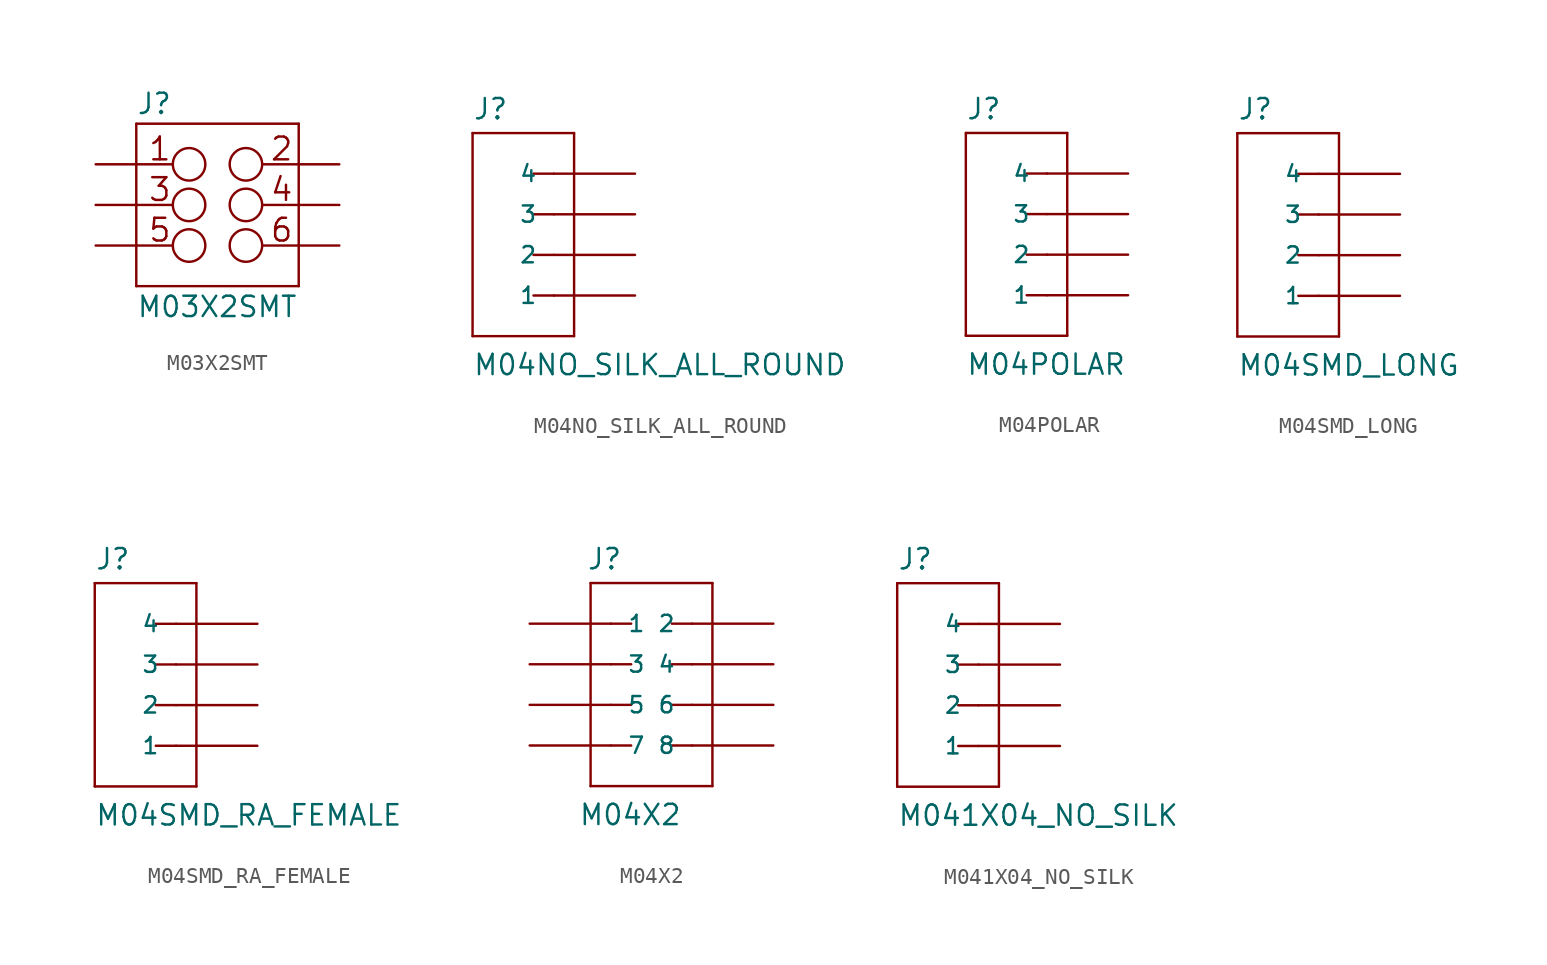
<source format=kicad_sym>
(kicad_symbol_lib
  (version 20211014)
  (generator kicad_symbol_editor)
  (symbol "M03X2SMT"
    (pin_numbers hide)
    (pin_names
      (offset 1.016) hide)
    (property "Reference" "J"
      (at -5.08 5.588 0)
      (effects (font (size 1.27 1.27)) (justify left bottom)))
    (property "Value" "M03X2SMT"
      (at -5.08 -7.112 0)
      (effects (font (size 1.27 1.27)) (justify left bottom)))
    (property "Datasheet" ""
      (at 0 0 0)
      (effects (font (size 1.524 1.524))))
    (property "ki_locked" ""
      (at 0 0 0)
      (effects (font (size 1.27 1.27))))
    (symbol "M03X2SMT_1_0"
      (polyline (pts (xy -5.08 -5.08) (xy -5.08 -2.54)) (stroke (width 0) (type default) (color 0 0 0 0)) (fill (type none)))
      (polyline (pts (xy -5.08 -2.54) (xy -5.08 0)) (stroke (width 0) (type default) (color 0 0 0 0)) (fill (type none)))
      (polyline (pts (xy -5.08 -2.54) (xy -2.794 -2.54)) (stroke (width 0) (type default) (color 0 0 0 0)) (fill (type none)))
      (polyline (pts (xy -5.08 0) (xy -5.08 2.54)) (stroke (width 0) (type default) (color 0 0 0 0)) (fill (type none)))
      (polyline (pts (xy -5.08 0) (xy -2.794 0)) (stroke (width 0) (type default) (color 0 0 0 0)) (fill (type none)))
      (polyline (pts (xy -5.08 2.54) (xy -5.08 5.08)) (stroke (width 0) (type default) (color 0 0 0 0)) (fill (type none)))
      (polyline (pts (xy -5.08 2.54) (xy -2.794 2.54)) (stroke (width 0) (type default) (color 0 0 0 0)) (fill (type none)))
      (polyline (pts (xy -5.08 5.08) (xy 5.08 5.08)) (stroke (width 0) (type default) (color 0 0 0 0)) (fill (type none)))
      (polyline (pts (xy 5.08 -5.08) (xy -5.08 -5.08)) (stroke (width 0) (type default) (color 0 0 0 0)) (fill (type none)))
      (polyline (pts (xy 5.08 -2.54) (xy 2.794 -2.54)) (stroke (width 0) (type default) (color 0 0 0 0)) (fill (type none)))
      (polyline (pts (xy 5.08 -2.54) (xy 5.08 -5.08)) (stroke (width 0) (type default) (color 0 0 0 0)) (fill (type none)))
      (polyline (pts (xy 5.08 0) (xy 2.794 0)) (stroke (width 0) (type default) (color 0 0 0 0)) (fill (type none)))
      (polyline (pts (xy 5.08 0) (xy 5.08 -2.54)) (stroke (width 0) (type default) (color 0 0 0 0)) (fill (type none)))
      (polyline (pts (xy 5.08 2.54) (xy 2.794 2.54)) (stroke (width 0) (type default) (color 0 0 0 0)) (fill (type none)))
      (polyline (pts (xy 5.08 2.54) (xy 5.08 0)) (stroke (width 0) (type default) (color 0 0 0 0)) (fill (type none)))
      (polyline (pts (xy 5.08 5.08) (xy 5.08 2.54)) (stroke (width 0) (type default) (color 0 0 0 0)) (fill (type none)))
      (text "1" (at -3.607 3.505 0) (effects (font (size 1.422 1.422))))
      (text "2" (at 4.013 3.505 0) (effects (font (size 1.422 1.422))))
      (text "3" (at -3.607 0.965 0) (effects (font (size 1.422 1.422))))
      (text "4" (at 4.013 0.965 0) (effects (font (size 1.422 1.422))))
      (text "5" (at -3.607 -1.575 0) (effects (font (size 1.422 1.422))))
      (text "6" (at 4.013 -1.575 0) (effects (font (size 1.422 1.422)))))
    (symbol "M03X2SMT_1_1"
      (circle (center -1.778 -2.54) (radius 1.016) (stroke (width 0) (type default) (color 0 0 0 0)) (fill (type none)))
      (circle (center -1.778 0) (radius 1.016) (stroke (width 0) (type default) (color 0 0 0 0)) (fill (type none)))
      (circle (center -1.778 2.54) (radius 1.016) (stroke (width 0) (type default) (color 0 0 0 0)) (fill (type none)))
      (circle (center 1.778 -2.54) (radius 1.016) (stroke (width 0) (type default) (color 0 0 0 0)) (fill (type none)))
      (circle (center 1.778 0) (radius 1.016) (stroke (width 0) (type default) (color 0 0 0 0)) (fill (type none)))
      (circle (center 1.778 2.54) (radius 1.016) (stroke (width 0) (type default) (color 0 0 0 0)) (fill (type none)))
      (pin bidirectional line (at -7.62 2.54 0) (length 2.54) (name "1" (effects (font (size 1.016 1.016)))) (number "1" (effects (font (size 1.016 1.016)))))
      (pin bidirectional line (at 7.62 2.54 180) (length 2.54) (name "2" (effects (font (size 1.016 1.016)))) (number "2" (effects (font (size 1.016 1.016)))))
      (pin bidirectional line (at -7.62 0 0) (length 2.54) (name "3" (effects (font (size 1.016 1.016)))) (number "3" (effects (font (size 1.016 1.016)))))
      (pin bidirectional line (at 7.62 0 180) (length 2.54) (name "4" (effects (font (size 1.016 1.016)))) (number "4" (effects (font (size 1.016 1.016)))))
      (pin bidirectional line (at -7.62 -2.54 0) (length 2.54) (name "5" (effects (font (size 1.016 1.016)))) (number "5" (effects (font (size 1.016 1.016)))))
      (pin bidirectional line (at 7.62 -2.54 180) (length 2.54) (name "6" (effects (font (size 1.016 1.016)))) (number "6" (effects (font (size 1.016 1.016)))))))
  (symbol "M04NO_SILK_ALL_ROUND"
    (pin_numbers hide)
    (pin_names
      (offset 1.016))
    (property "Reference" "J"
      (at -5.08 8.382 0)
      (effects (font (size 1.27 1.27)) (justify left bottom)))
    (property "Value" "M04NO_SILK_ALL_ROUND"
      (at -5.08 -7.62 0)
      (effects (font (size 1.27 1.27)) (justify left bottom)))
    (property "Datasheet" ""
      (at 0 0 0)
      (effects (font (size 1.524 1.524))))
    (property "ki_locked" ""
      (at 0 0 0)
      (effects (font (size 1.27 1.27))))
    (symbol "M04NO_SILK_ALL_ROUND_1_0"
      (polyline (pts (xy -5.08 7.62) (xy -5.08 -5.08)) (stroke (width 0) (type default) (color 0 0 0 0)) (fill (type none)))
      (polyline (pts (xy -5.08 7.62) (xy 1.27 7.62)) (stroke (width 0) (type default) (color 0 0 0 0)) (fill (type none)))
      (polyline (pts (xy -1.27 -2.54) (xy 0 -2.54)) (stroke (width 0) (type default) (color 0 0 0 0)) (fill (type none)))
      (polyline (pts (xy -1.27 0) (xy 0 0)) (stroke (width 0) (type default) (color 0 0 0 0)) (fill (type none)))
      (polyline (pts (xy -1.27 2.54) (xy 0 2.54)) (stroke (width 0) (type default) (color 0 0 0 0)) (fill (type none)))
      (polyline (pts (xy -1.27 5.08) (xy 0 5.08)) (stroke (width 0) (type default) (color 0 0 0 0)) (fill (type none)))
      (polyline (pts (xy 1.27 -5.08) (xy -5.08 -5.08)) (stroke (width 0) (type default) (color 0 0 0 0)) (fill (type none)))
      (polyline (pts (xy 1.27 -5.08) (xy 1.27 7.62)) (stroke (width 0) (type default) (color 0 0 0 0)) (fill (type none))))
    (symbol "M04NO_SILK_ALL_ROUND_1_1"
      (pin passive line (at 5.08 -2.54 180) (length 5.08) (name "1" (effects (font (size 1.016 1.016)))) (number "1" (effects (font (size 1.016 1.016)))))
      (pin passive line (at 5.08 0 180) (length 5.08) (name "2" (effects (font (size 1.016 1.016)))) (number "2" (effects (font (size 1.016 1.016)))))
      (pin passive line (at 5.08 2.54 180) (length 5.08) (name "3" (effects (font (size 1.016 1.016)))) (number "3" (effects (font (size 1.016 1.016)))))
      (pin passive line (at 5.08 5.08 180) (length 5.08) (name "4" (effects (font (size 1.016 1.016)))) (number "4" (effects (font (size 1.016 1.016)))))))
  (symbol "M04POLAR"
    (pin_numbers hide)
    (pin_names
      (offset 1.016))
    (property "Reference" "J"
      (at -5.08 8.382 0)
      (effects (font (size 1.27 1.27)) (justify left bottom)))
    (property "Value" "M04POLAR"
      (at -5.08 -7.62 0)
      (effects (font (size 1.27 1.27)) (justify left bottom)))
    (property "Datasheet" ""
      (at 0 0 0)
      (effects (font (size 1.524 1.524))))
    (property "ki_locked" ""
      (at 0 0 0)
      (effects (font (size 1.27 1.27))))
    (symbol "M04POLAR_1_0"
      (polyline (pts (xy -5.08 7.62) (xy -5.08 -5.08)) (stroke (width 0) (type default) (color 0 0 0 0)) (fill (type none)))
      (polyline (pts (xy -5.08 7.62) (xy 1.27 7.62)) (stroke (width 0) (type default) (color 0 0 0 0)) (fill (type none)))
      (polyline (pts (xy -1.27 -2.54) (xy 0 -2.54)) (stroke (width 0) (type default) (color 0 0 0 0)) (fill (type none)))
      (polyline (pts (xy -1.27 0) (xy 0 0)) (stroke (width 0) (type default) (color 0 0 0 0)) (fill (type none)))
      (polyline (pts (xy -1.27 2.54) (xy 0 2.54)) (stroke (width 0) (type default) (color 0 0 0 0)) (fill (type none)))
      (polyline (pts (xy -1.27 5.08) (xy 0 5.08)) (stroke (width 0) (type default) (color 0 0 0 0)) (fill (type none)))
      (polyline (pts (xy 1.27 -5.08) (xy -5.08 -5.08)) (stroke (width 0) (type default) (color 0 0 0 0)) (fill (type none)))
      (polyline (pts (xy 1.27 -5.08) (xy 1.27 7.62)) (stroke (width 0) (type default) (color 0 0 0 0)) (fill (type none))))
    (symbol "M04POLAR_1_1"
      (pin passive line (at 5.08 -2.54 180) (length 5.08) (name "1" (effects (font (size 1.016 1.016)))) (number "1" (effects (font (size 1.016 1.016)))))
      (pin passive line (at 5.08 0 180) (length 5.08) (name "2" (effects (font (size 1.016 1.016)))) (number "2" (effects (font (size 1.016 1.016)))))
      (pin passive line (at 5.08 2.54 180) (length 5.08) (name "3" (effects (font (size 1.016 1.016)))) (number "3" (effects (font (size 1.016 1.016)))))
      (pin passive line (at 5.08 5.08 180) (length 5.08) (name "4" (effects (font (size 1.016 1.016)))) (number "4" (effects (font (size 1.016 1.016)))))))
  (symbol "M04SMD_LONG"
    (pin_numbers hide)
    (pin_names
      (offset 1.016))
    (property "Reference" "J"
      (at -5.08 8.382 0)
      (effects (font (size 1.27 1.27)) (justify left bottom)))
    (property "Value" "M04SMD_LONG"
      (at -5.08 -7.62 0)
      (effects (font (size 1.27 1.27)) (justify left bottom)))
    (property "Datasheet" ""
      (at 0 0 0)
      (effects (font (size 1.524 1.524))))
    (property "ki_locked" ""
      (at 0 0 0)
      (effects (font (size 1.27 1.27))))
    (symbol "M04SMD_LONG_1_0"
      (polyline (pts (xy -5.08 7.62) (xy -5.08 -5.08)) (stroke (width 0) (type default) (color 0 0 0 0)) (fill (type none)))
      (polyline (pts (xy -5.08 7.62) (xy 1.27 7.62)) (stroke (width 0) (type default) (color 0 0 0 0)) (fill (type none)))
      (polyline (pts (xy -1.27 -2.54) (xy 0 -2.54)) (stroke (width 0) (type default) (color 0 0 0 0)) (fill (type none)))
      (polyline (pts (xy -1.27 0) (xy 0 0)) (stroke (width 0) (type default) (color 0 0 0 0)) (fill (type none)))
      (polyline (pts (xy -1.27 2.54) (xy 0 2.54)) (stroke (width 0) (type default) (color 0 0 0 0)) (fill (type none)))
      (polyline (pts (xy -1.27 5.08) (xy 0 5.08)) (stroke (width 0) (type default) (color 0 0 0 0)) (fill (type none)))
      (polyline (pts (xy 1.27 -5.08) (xy -5.08 -5.08)) (stroke (width 0) (type default) (color 0 0 0 0)) (fill (type none)))
      (polyline (pts (xy 1.27 -5.08) (xy 1.27 7.62)) (stroke (width 0) (type default) (color 0 0 0 0)) (fill (type none))))
    (symbol "M04SMD_LONG_1_1"
      (pin passive line (at 5.08 -2.54 180) (length 5.08) (name "1" (effects (font (size 1.016 1.016)))) (number "1" (effects (font (size 1.016 1.016)))))
      (pin passive line (at 5.08 0 180) (length 5.08) (name "2" (effects (font (size 1.016 1.016)))) (number "2" (effects (font (size 1.016 1.016)))))
      (pin passive line (at 5.08 2.54 180) (length 5.08) (name "3" (effects (font (size 1.016 1.016)))) (number "3" (effects (font (size 1.016 1.016)))))
      (pin passive line (at 5.08 5.08 180) (length 5.08) (name "4" (effects (font (size 1.016 1.016)))) (number "4" (effects (font (size 1.016 1.016)))))))
  (symbol "M04SMD_RA_FEMALE"
    (pin_numbers hide)
    (pin_names
      (offset 1.016))
    (property "Reference" "J"
      (at -5.08 8.382 0)
      (effects (font (size 1.27 1.27)) (justify left bottom)))
    (property "Value" "M04SMD_RA_FEMALE"
      (at -5.08 -7.62 0)
      (effects (font (size 1.27 1.27)) (justify left bottom)))
    (property "Datasheet" ""
      (at 0 0 0)
      (effects (font (size 1.524 1.524))))
    (property "ki_locked" ""
      (at 0 0 0)
      (effects (font (size 1.27 1.27))))
    (symbol "M04SMD_RA_FEMALE_1_0"
      (polyline (pts (xy -5.08 7.62) (xy -5.08 -5.08)) (stroke (width 0) (type default) (color 0 0 0 0)) (fill (type none)))
      (polyline (pts (xy -5.08 7.62) (xy 1.27 7.62)) (stroke (width 0) (type default) (color 0 0 0 0)) (fill (type none)))
      (polyline (pts (xy -1.27 -2.54) (xy 0 -2.54)) (stroke (width 0) (type default) (color 0 0 0 0)) (fill (type none)))
      (polyline (pts (xy -1.27 0) (xy 0 0)) (stroke (width 0) (type default) (color 0 0 0 0)) (fill (type none)))
      (polyline (pts (xy -1.27 2.54) (xy 0 2.54)) (stroke (width 0) (type default) (color 0 0 0 0)) (fill (type none)))
      (polyline (pts (xy -1.27 5.08) (xy 0 5.08)) (stroke (width 0) (type default) (color 0 0 0 0)) (fill (type none)))
      (polyline (pts (xy 1.27 -5.08) (xy -5.08 -5.08)) (stroke (width 0) (type default) (color 0 0 0 0)) (fill (type none)))
      (polyline (pts (xy 1.27 -5.08) (xy 1.27 7.62)) (stroke (width 0) (type default) (color 0 0 0 0)) (fill (type none))))
    (symbol "M04SMD_RA_FEMALE_1_1"
      (pin passive line (at 5.08 -2.54 180) (length 5.08) (name "1" (effects (font (size 1.016 1.016)))) (number "1" (effects (font (size 1.016 1.016)))))
      (pin passive line (at 5.08 0 180) (length 5.08) (name "2" (effects (font (size 1.016 1.016)))) (number "2" (effects (font (size 1.016 1.016)))))
      (pin passive line (at 5.08 2.54 180) (length 5.08) (name "3" (effects (font (size 1.016 1.016)))) (number "3" (effects (font (size 1.016 1.016)))))
      (pin passive line (at 5.08 5.08 180) (length 5.08) (name "4" (effects (font (size 1.016 1.016)))) (number "4" (effects (font (size 1.016 1.016)))))))
  (symbol "M04X2"
    (pin_numbers hide)
    (pin_names
      (offset 1.016))
    (property "Reference" "J"
      (at -4.064 8.382 0)
      (effects (font (size 1.27 1.27)) (justify left bottom)))
    (property "Value" "M04X2"
      (at -4.572 -7.62 0)
      (effects (font (size 1.27 1.27)) (justify left bottom)))
    (property "Datasheet" ""
      (at 0 0 0)
      (effects (font (size 1.524 1.524))))
    (property "ki_locked" ""
      (at 0 0 0)
      (effects (font (size 1.27 1.27))))
    (symbol "M04X2_1_0"
      (polyline (pts (xy -3.81 7.62) (xy -3.81 -5.08)) (stroke (width 0) (type default) (color 0 0 0 0)) (fill (type none)))
      (polyline (pts (xy -3.81 7.62) (xy 3.81 7.62)) (stroke (width 0) (type default) (color 0 0 0 0)) (fill (type none)))
      (polyline (pts (xy -1.27 -2.54) (xy -2.54 -2.54)) (stroke (width 0) (type default) (color 0 0 0 0)) (fill (type none)))
      (polyline (pts (xy -1.27 0) (xy -2.54 0)) (stroke (width 0) (type default) (color 0 0 0 0)) (fill (type none)))
      (polyline (pts (xy -1.27 2.54) (xy -2.54 2.54)) (stroke (width 0) (type default) (color 0 0 0 0)) (fill (type none)))
      (polyline (pts (xy -1.27 5.08) (xy -2.54 5.08)) (stroke (width 0) (type default) (color 0 0 0 0)) (fill (type none)))
      (polyline (pts (xy 1.27 -2.54) (xy 2.54 -2.54)) (stroke (width 0) (type default) (color 0 0 0 0)) (fill (type none)))
      (polyline (pts (xy 1.27 0) (xy 2.54 0)) (stroke (width 0) (type default) (color 0 0 0 0)) (fill (type none)))
      (polyline (pts (xy 1.27 2.54) (xy 2.54 2.54)) (stroke (width 0) (type default) (color 0 0 0 0)) (fill (type none)))
      (polyline (pts (xy 1.27 5.08) (xy 2.54 5.08)) (stroke (width 0) (type default) (color 0 0 0 0)) (fill (type none)))
      (polyline (pts (xy 3.81 -5.08) (xy -3.81 -5.08)) (stroke (width 0) (type default) (color 0 0 0 0)) (fill (type none)))
      (polyline (pts (xy 3.81 -5.08) (xy 3.81 7.62)) (stroke (width 0) (type default) (color 0 0 0 0)) (fill (type none))))
    (symbol "M04X2_1_1"
      (pin passive line (at -7.62 5.08 0) (length 5.08) (name "1" (effects (font (size 1.016 1.016)))) (number "1" (effects (font (size 1.016 1.016)))))
      (pin passive line (at 7.62 5.08 180) (length 5.08) (name "2" (effects (font (size 1.016 1.016)))) (number "2" (effects (font (size 1.016 1.016)))))
      (pin passive line (at -7.62 2.54 0) (length 5.08) (name "3" (effects (font (size 1.016 1.016)))) (number "3" (effects (font (size 1.016 1.016)))))
      (pin passive line (at 7.62 2.54 180) (length 5.08) (name "4" (effects (font (size 1.016 1.016)))) (number "4" (effects (font (size 1.016 1.016)))))
      (pin passive line (at -7.62 0 0) (length 5.08) (name "5" (effects (font (size 1.016 1.016)))) (number "5" (effects (font (size 1.016 1.016)))))
      (pin passive line (at 7.62 0 180) (length 5.08) (name "6" (effects (font (size 1.016 1.016)))) (number "6" (effects (font (size 1.016 1.016)))))
      (pin passive line (at -7.62 -2.54 0) (length 5.08) (name "7" (effects (font (size 1.016 1.016)))) (number "7" (effects (font (size 1.016 1.016)))))
      (pin passive line (at 7.62 -2.54 180) (length 5.08) (name "8" (effects (font (size 1.016 1.016)))) (number "8" (effects (font (size 1.016 1.016)))))))
  (symbol "M041X04_NO_SILK"
    (pin_numbers hide)
    (pin_names
      (offset 1.016))
    (property "Reference" "J"
      (at -5.08 8.382 0)
      (effects (font (size 1.27 1.27)) (justify left bottom)))
    (property "Value" "M041X04_NO_SILK"
      (at -5.08 -7.62 0)
      (effects (font (size 1.27 1.27)) (justify left bottom)))
    (property "Datasheet" ""
      (at 0 0 0)
      (effects (font (size 1.524 1.524))))
    (property "ki_locked" ""
      (at 0 0 0)
      (effects (font (size 1.27 1.27))))
    (symbol "M041X04_NO_SILK_1_0"
      (polyline (pts (xy -5.08 7.62) (xy -5.08 -5.08)) (stroke (width 0) (type default) (color 0 0 0 0)) (fill (type none)))
      (polyline (pts (xy -5.08 7.62) (xy 1.27 7.62)) (stroke (width 0) (type default) (color 0 0 0 0)) (fill (type none)))
      (polyline (pts (xy -1.27 -2.54) (xy 0 -2.54)) (stroke (width 0) (type default) (color 0 0 0 0)) (fill (type none)))
      (polyline (pts (xy -1.27 0) (xy 0 0)) (stroke (width 0) (type default) (color 0 0 0 0)) (fill (type none)))
      (polyline (pts (xy -1.27 2.54) (xy 0 2.54)) (stroke (width 0) (type default) (color 0 0 0 0)) (fill (type none)))
      (polyline (pts (xy -1.27 5.08) (xy 0 5.08)) (stroke (width 0) (type default) (color 0 0 0 0)) (fill (type none)))
      (polyline (pts (xy 1.27 -5.08) (xy -5.08 -5.08)) (stroke (width 0) (type default) (color 0 0 0 0)) (fill (type none)))
      (polyline (pts (xy 1.27 -5.08) (xy 1.27 7.62)) (stroke (width 0) (type default) (color 0 0 0 0)) (fill (type none))))
    (symbol "M041X04_NO_SILK_1_1"
      (pin passive line (at 5.08 -2.54 180) (length 5.08) (name "1" (effects (font (size 1.016 1.016)))) (number "1" (effects (font (size 1.016 1.016)))))
      (pin passive line (at 5.08 0 180) (length 5.08) (name "2" (effects (font (size 1.016 1.016)))) (number "2" (effects (font (size 1.016 1.016)))))
      (pin passive line (at 5.08 2.54 180) (length 5.08) (name "3" (effects (font (size 1.016 1.016)))) (number "3" (effects (font (size 1.016 1.016)))))
      (pin passive line (at 5.08 5.08 180) (length 5.08) (name "4" (effects (font (size 1.016 1.016)))) (number "4" (effects (font (size 1.016 1.016))))))))
</source>
